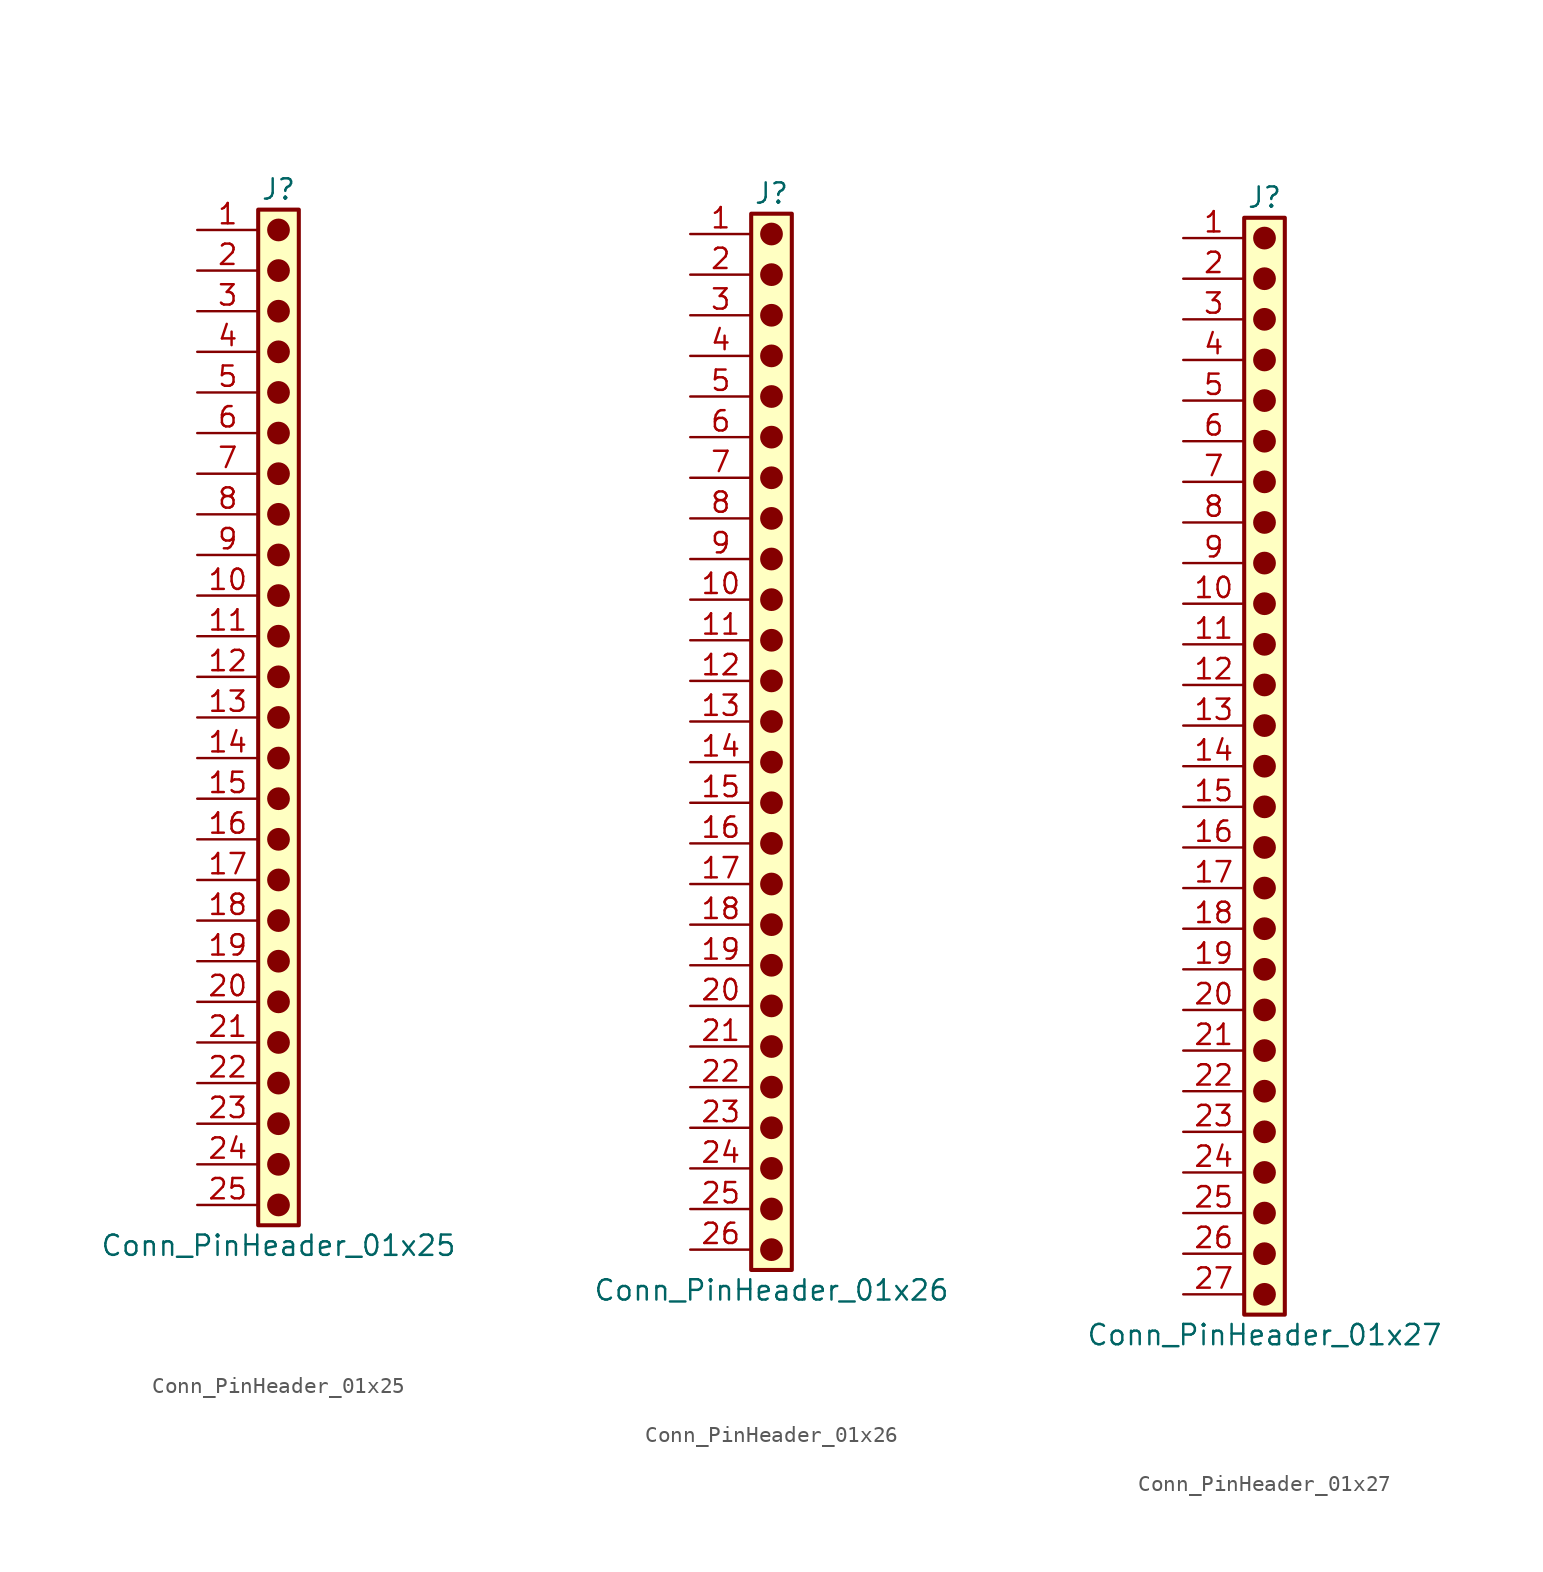
<source format=kicad_sym>
(kicad_symbol_lib
  (version 20241209)
  (generator "kicad_symbol_editor")
  (generator_version "9.0")
  (symbol "Conn_PinHeader_01x25"
    (pin_names
      (offset 1.016)
      (hide yes))
    (property "Reference" "J"
      (at 0 33.02 0)
      (effects (font (size 1.27 1.27))))
    (property "Value" "Conn_PinHeader_01x25"
      (at 0 -33.02 0)
      (effects (font (size 1.27 1.27))))
    (symbol "Conn_PinHeader_01x25_1_1"
      (rectangle (start -1.27 31.75) (end 1.27 -31.75) (stroke (width 0.254) (type default)) (fill (type background)))
      (circle (center 0 30.48) (radius 0.635) (stroke (width 0) (type solid) (color 132 0 0 1)) (fill (type outline)))
      (circle (center 0 27.94) (radius 0.635) (stroke (width 0) (type solid) (color 132 0 0 1)) (fill (type outline)))
      (circle (center 0 25.4) (radius 0.635) (stroke (width 0) (type solid) (color 132 0 0 1)) (fill (type outline)))
      (circle (center 0 22.86) (radius 0.635) (stroke (width 0) (type solid) (color 132 0 0 1)) (fill (type outline)))
      (circle (center 0 20.32) (radius 0.635) (stroke (width 0) (type solid) (color 132 0 0 1)) (fill (type outline)))
      (circle (center 0 17.78) (radius 0.635) (stroke (width 0) (type solid) (color 132 0 0 1)) (fill (type outline)))
      (circle (center 0 15.24) (radius 0.635) (stroke (width 0) (type solid) (color 132 0 0 1)) (fill (type outline)))
      (circle (center 0 12.7) (radius 0.635) (stroke (width 0) (type solid) (color 132 0 0 1)) (fill (type outline)))
      (circle (center 0 10.16) (radius 0.635) (stroke (width 0) (type solid) (color 132 0 0 1)) (fill (type outline)))
      (circle (center 0 7.62) (radius 0.635) (stroke (width 0) (type solid) (color 132 0 0 1)) (fill (type outline)))
      (circle (center 0 5.08) (radius 0.635) (stroke (width 0) (type solid) (color 132 0 0 1)) (fill (type outline)))
      (circle (center 0 2.54) (radius 0.635) (stroke (width 0) (type solid) (color 132 0 0 1)) (fill (type outline)))
      (circle (center 0 0) (radius 0.635) (stroke (width 0) (type solid) (color 132 0 0 1)) (fill (type outline)))
      (circle (center 0 -2.54) (radius 0.635) (stroke (width 0) (type solid) (color 132 0 0 1)) (fill (type outline)))
      (circle (center 0 -5.08) (radius 0.635) (stroke (width 0) (type solid) (color 132 0 0 1)) (fill (type outline)))
      (circle (center 0 -7.62) (radius 0.635) (stroke (width 0) (type solid) (color 132 0 0 1)) (fill (type outline)))
      (circle (center 0 -10.16) (radius 0.635) (stroke (width 0) (type solid) (color 132 0 0 1)) (fill (type outline)))
      (circle (center 0 -12.7) (radius 0.635) (stroke (width 0) (type solid) (color 132 0 0 1)) (fill (type outline)))
      (circle (center 0 -15.24) (radius 0.635) (stroke (width 0) (type solid) (color 132 0 0 1)) (fill (type outline)))
      (circle (center 0 -17.78) (radius 0.635) (stroke (width 0) (type solid) (color 132 0 0 1)) (fill (type outline)))
      (circle (center 0 -20.32) (radius 0.635) (stroke (width 0) (type solid) (color 132 0 0 1)) (fill (type outline)))
      (circle (center 0 -22.86) (radius 0.635) (stroke (width 0) (type solid) (color 132 0 0 1)) (fill (type outline)))
      (circle (center 0 -25.4) (radius 0.635) (stroke (width 0) (type solid) (color 132 0 0 1)) (fill (type outline)))
      (circle (center 0 -27.94) (radius 0.635) (stroke (width 0) (type solid) (color 132 0 0 1)) (fill (type outline)))
      (circle (center 0 -30.48) (radius 0.635) (stroke (width 0) (type solid) (color 132 0 0 1)) (fill (type outline)))
      (pin passive line (at -5.08 30.48 0) (length 3.81) (name "Pin_1" (effects (font (size 1.27 1.27)))) (number "1" (effects (font (size 1.27 1.27)))))
      (pin passive line (at -5.08 27.94 0) (length 3.81) (name "Pin_2" (effects (font (size 1.27 1.27)))) (number "2" (effects (font (size 1.27 1.27)))))
      (pin passive line (at -5.08 25.4 0) (length 3.81) (name "Pin_3" (effects (font (size 1.27 1.27)))) (number "3" (effects (font (size 1.27 1.27)))))
      (pin passive line (at -5.08 22.86 0) (length 3.81) (name "Pin_4" (effects (font (size 1.27 1.27)))) (number "4" (effects (font (size 1.27 1.27)))))
      (pin passive line (at -5.08 20.32 0) (length 3.81) (name "Pin_5" (effects (font (size 1.27 1.27)))) (number "5" (effects (font (size 1.27 1.27)))))
      (pin passive line (at -5.08 17.78 0) (length 3.81) (name "Pin_6" (effects (font (size 1.27 1.27)))) (number "6" (effects (font (size 1.27 1.27)))))
      (pin passive line (at -5.08 15.24 0) (length 3.81) (name "Pin_7" (effects (font (size 1.27 1.27)))) (number "7" (effects (font (size 1.27 1.27)))))
      (pin passive line (at -5.08 12.7 0) (length 3.81) (name "Pin_8" (effects (font (size 1.27 1.27)))) (number "8" (effects (font (size 1.27 1.27)))))
      (pin passive line (at -5.08 10.16 0) (length 3.81) (name "Pin_9" (effects (font (size 1.27 1.27)))) (number "9" (effects (font (size 1.27 1.27)))))
      (pin passive line (at -5.08 7.62 0) (length 3.81) (name "Pin_10" (effects (font (size 1.27 1.27)))) (number "10" (effects (font (size 1.27 1.27)))))
      (pin passive line (at -5.08 5.08 0) (length 3.81) (name "Pin_11" (effects (font (size 1.27 1.27)))) (number "11" (effects (font (size 1.27 1.27)))))
      (pin passive line (at -5.08 2.54 0) (length 3.81) (name "Pin_12" (effects (font (size 1.27 1.27)))) (number "12" (effects (font (size 1.27 1.27)))))
      (pin passive line (at -5.08 0 0) (length 3.81) (name "Pin_13" (effects (font (size 1.27 1.27)))) (number "13" (effects (font (size 1.27 1.27)))))
      (pin passive line (at -5.08 -2.54 0) (length 3.81) (name "Pin_14" (effects (font (size 1.27 1.27)))) (number "14" (effects (font (size 1.27 1.27)))))
      (pin passive line (at -5.08 -5.08 0) (length 3.81) (name "Pin_15" (effects (font (size 1.27 1.27)))) (number "15" (effects (font (size 1.27 1.27)))))
      (pin passive line (at -5.08 -7.62 0) (length 3.81) (name "Pin_16" (effects (font (size 1.27 1.27)))) (number "16" (effects (font (size 1.27 1.27)))))
      (pin passive line (at -5.08 -10.16 0) (length 3.81) (name "Pin_17" (effects (font (size 1.27 1.27)))) (number "17" (effects (font (size 1.27 1.27)))))
      (pin passive line (at -5.08 -12.7 0) (length 3.81) (name "Pin_18" (effects (font (size 1.27 1.27)))) (number "18" (effects (font (size 1.27 1.27)))))
      (pin passive line (at -5.08 -15.24 0) (length 3.81) (name "Pin_19" (effects (font (size 1.27 1.27)))) (number "19" (effects (font (size 1.27 1.27)))))
      (pin passive line (at -5.08 -17.78 0) (length 3.81) (name "Pin_20" (effects (font (size 1.27 1.27)))) (number "20" (effects (font (size 1.27 1.27)))))
      (pin passive line (at -5.08 -20.32 0) (length 3.81) (name "Pin_21" (effects (font (size 1.27 1.27)))) (number "21" (effects (font (size 1.27 1.27)))))
      (pin passive line (at -5.08 -22.86 0) (length 3.81) (name "Pin_22" (effects (font (size 1.27 1.27)))) (number "22" (effects (font (size 1.27 1.27)))))
      (pin passive line (at -5.08 -25.4 0) (length 3.81) (name "Pin_23" (effects (font (size 1.27 1.27)))) (number "23" (effects (font (size 1.27 1.27)))))
      (pin passive line (at -5.08 -27.94 0) (length 3.81) (name "Pin_24" (effects (font (size 1.27 1.27)))) (number "24" (effects (font (size 1.27 1.27)))))
      (pin passive line (at -5.08 -30.48 0) (length 3.81) (name "Pin_25" (effects (font (size 1.27 1.27)))) (number "25" (effects (font (size 1.27 1.27)))))))
  (symbol "Conn_PinHeader_01x26"
    (pin_names
      (offset 1.016)
      (hide yes))
    (property "Reference" "J"
      (at 0 33.02 0)
      (effects (font (size 1.27 1.27))))
    (property "Value" "Conn_PinHeader_01x26"
      (at 0 -35.56 0)
      (effects (font (size 1.27 1.27))))
    (symbol "Conn_PinHeader_01x26_1_1"
      (rectangle (start -1.27 31.75) (end 1.27 -34.29) (stroke (width 0.254) (type default)) (fill (type background)))
      (circle (center 0 30.48) (radius 0.635) (stroke (width 0) (type solid) (color 132 0 0 1)) (fill (type outline)))
      (circle (center 0 27.94) (radius 0.635) (stroke (width 0) (type solid) (color 132 0 0 1)) (fill (type outline)))
      (circle (center 0 25.4) (radius 0.635) (stroke (width 0) (type solid) (color 132 0 0 1)) (fill (type outline)))
      (circle (center 0 22.86) (radius 0.635) (stroke (width 0) (type solid) (color 132 0 0 1)) (fill (type outline)))
      (circle (center 0 20.32) (radius 0.635) (stroke (width 0) (type solid) (color 132 0 0 1)) (fill (type outline)))
      (circle (center 0 17.78) (radius 0.635) (stroke (width 0) (type solid) (color 132 0 0 1)) (fill (type outline)))
      (circle (center 0 15.24) (radius 0.635) (stroke (width 0) (type solid) (color 132 0 0 1)) (fill (type outline)))
      (circle (center 0 12.7) (radius 0.635) (stroke (width 0) (type solid) (color 132 0 0 1)) (fill (type outline)))
      (circle (center 0 10.16) (radius 0.635) (stroke (width 0) (type solid) (color 132 0 0 1)) (fill (type outline)))
      (circle (center 0 7.62) (radius 0.635) (stroke (width 0) (type solid) (color 132 0 0 1)) (fill (type outline)))
      (circle (center 0 5.08) (radius 0.635) (stroke (width 0) (type solid) (color 132 0 0 1)) (fill (type outline)))
      (circle (center 0 2.54) (radius 0.635) (stroke (width 0) (type solid) (color 132 0 0 1)) (fill (type outline)))
      (circle (center 0 0) (radius 0.635) (stroke (width 0) (type solid) (color 132 0 0 1)) (fill (type outline)))
      (circle (center 0 -2.54) (radius 0.635) (stroke (width 0) (type solid) (color 132 0 0 1)) (fill (type outline)))
      (circle (center 0 -5.08) (radius 0.635) (stroke (width 0) (type solid) (color 132 0 0 1)) (fill (type outline)))
      (circle (center 0 -7.62) (radius 0.635) (stroke (width 0) (type solid) (color 132 0 0 1)) (fill (type outline)))
      (circle (center 0 -10.16) (radius 0.635) (stroke (width 0) (type solid) (color 132 0 0 1)) (fill (type outline)))
      (circle (center 0 -12.7) (radius 0.635) (stroke (width 0) (type solid) (color 132 0 0 1)) (fill (type outline)))
      (circle (center 0 -15.24) (radius 0.635) (stroke (width 0) (type solid) (color 132 0 0 1)) (fill (type outline)))
      (circle (center 0 -17.78) (radius 0.635) (stroke (width 0) (type solid) (color 132 0 0 1)) (fill (type outline)))
      (circle (center 0 -20.32) (radius 0.635) (stroke (width 0) (type solid) (color 132 0 0 1)) (fill (type outline)))
      (circle (center 0 -22.86) (radius 0.635) (stroke (width 0) (type solid) (color 132 0 0 1)) (fill (type outline)))
      (circle (center 0 -25.4) (radius 0.635) (stroke (width 0) (type solid) (color 132 0 0 1)) (fill (type outline)))
      (circle (center 0 -27.94) (radius 0.635) (stroke (width 0) (type solid) (color 132 0 0 1)) (fill (type outline)))
      (circle (center 0 -30.48) (radius 0.635) (stroke (width 0) (type solid) (color 132 0 0 1)) (fill (type outline)))
      (circle (center 0 -33.02) (radius 0.635) (stroke (width 0) (type solid) (color 132 0 0 1)) (fill (type outline)))
      (pin passive line (at -5.08 30.48 0) (length 3.81) (name "Pin_1" (effects (font (size 1.27 1.27)))) (number "1" (effects (font (size 1.27 1.27)))))
      (pin passive line (at -5.08 27.94 0) (length 3.81) (name "Pin_2" (effects (font (size 1.27 1.27)))) (number "2" (effects (font (size 1.27 1.27)))))
      (pin passive line (at -5.08 25.4 0) (length 3.81) (name "Pin_3" (effects (font (size 1.27 1.27)))) (number "3" (effects (font (size 1.27 1.27)))))
      (pin passive line (at -5.08 22.86 0) (length 3.81) (name "Pin_4" (effects (font (size 1.27 1.27)))) (number "4" (effects (font (size 1.27 1.27)))))
      (pin passive line (at -5.08 20.32 0) (length 3.81) (name "Pin_5" (effects (font (size 1.27 1.27)))) (number "5" (effects (font (size 1.27 1.27)))))
      (pin passive line (at -5.08 17.78 0) (length 3.81) (name "Pin_6" (effects (font (size 1.27 1.27)))) (number "6" (effects (font (size 1.27 1.27)))))
      (pin passive line (at -5.08 15.24 0) (length 3.81) (name "Pin_7" (effects (font (size 1.27 1.27)))) (number "7" (effects (font (size 1.27 1.27)))))
      (pin passive line (at -5.08 12.7 0) (length 3.81) (name "Pin_8" (effects (font (size 1.27 1.27)))) (number "8" (effects (font (size 1.27 1.27)))))
      (pin passive line (at -5.08 10.16 0) (length 3.81) (name "Pin_9" (effects (font (size 1.27 1.27)))) (number "9" (effects (font (size 1.27 1.27)))))
      (pin passive line (at -5.08 7.62 0) (length 3.81) (name "Pin_10" (effects (font (size 1.27 1.27)))) (number "10" (effects (font (size 1.27 1.27)))))
      (pin passive line (at -5.08 5.08 0) (length 3.81) (name "Pin_11" (effects (font (size 1.27 1.27)))) (number "11" (effects (font (size 1.27 1.27)))))
      (pin passive line (at -5.08 2.54 0) (length 3.81) (name "Pin_12" (effects (font (size 1.27 1.27)))) (number "12" (effects (font (size 1.27 1.27)))))
      (pin passive line (at -5.08 0 0) (length 3.81) (name "Pin_13" (effects (font (size 1.27 1.27)))) (number "13" (effects (font (size 1.27 1.27)))))
      (pin passive line (at -5.08 -2.54 0) (length 3.81) (name "Pin_14" (effects (font (size 1.27 1.27)))) (number "14" (effects (font (size 1.27 1.27)))))
      (pin passive line (at -5.08 -5.08 0) (length 3.81) (name "Pin_15" (effects (font (size 1.27 1.27)))) (number "15" (effects (font (size 1.27 1.27)))))
      (pin passive line (at -5.08 -7.62 0) (length 3.81) (name "Pin_16" (effects (font (size 1.27 1.27)))) (number "16" (effects (font (size 1.27 1.27)))))
      (pin passive line (at -5.08 -10.16 0) (length 3.81) (name "Pin_17" (effects (font (size 1.27 1.27)))) (number "17" (effects (font (size 1.27 1.27)))))
      (pin passive line (at -5.08 -12.7 0) (length 3.81) (name "Pin_18" (effects (font (size 1.27 1.27)))) (number "18" (effects (font (size 1.27 1.27)))))
      (pin passive line (at -5.08 -15.24 0) (length 3.81) (name "Pin_19" (effects (font (size 1.27 1.27)))) (number "19" (effects (font (size 1.27 1.27)))))
      (pin passive line (at -5.08 -17.78 0) (length 3.81) (name "Pin_20" (effects (font (size 1.27 1.27)))) (number "20" (effects (font (size 1.27 1.27)))))
      (pin passive line (at -5.08 -20.32 0) (length 3.81) (name "Pin_21" (effects (font (size 1.27 1.27)))) (number "21" (effects (font (size 1.27 1.27)))))
      (pin passive line (at -5.08 -22.86 0) (length 3.81) (name "Pin_22" (effects (font (size 1.27 1.27)))) (number "22" (effects (font (size 1.27 1.27)))))
      (pin passive line (at -5.08 -25.4 0) (length 3.81) (name "Pin_23" (effects (font (size 1.27 1.27)))) (number "23" (effects (font (size 1.27 1.27)))))
      (pin passive line (at -5.08 -27.94 0) (length 3.81) (name "Pin_24" (effects (font (size 1.27 1.27)))) (number "24" (effects (font (size 1.27 1.27)))))
      (pin passive line (at -5.08 -30.48 0) (length 3.81) (name "Pin_25" (effects (font (size 1.27 1.27)))) (number "25" (effects (font (size 1.27 1.27)))))
      (pin passive line (at -5.08 -33.02 0) (length 3.81) (name "Pin_26" (effects (font (size 1.27 1.27)))) (number "26" (effects (font (size 1.27 1.27)))))))
  (symbol "Conn_PinHeader_01x27"
    (pin_names
      (offset 1.016)
      (hide yes))
    (property "Reference" "J"
      (at 0 35.56 0)
      (effects (font (size 1.27 1.27))))
    (property "Value" "Conn_PinHeader_01x27"
      (at 0 -35.56 0)
      (effects (font (size 1.27 1.27))))
    (symbol "Conn_PinHeader_01x27_1_1"
      (rectangle (start -1.27 34.29) (end 1.27 -34.29) (stroke (width 0.254) (type default)) (fill (type background)))
      (circle (center 0 33.02) (radius 0.635) (stroke (width 0) (type solid) (color 132 0 0 1)) (fill (type outline)))
      (circle (center 0 30.48) (radius 0.635) (stroke (width 0) (type solid) (color 132 0 0 1)) (fill (type outline)))
      (circle (center 0 27.94) (radius 0.635) (stroke (width 0) (type solid) (color 132 0 0 1)) (fill (type outline)))
      (circle (center 0 25.4) (radius 0.635) (stroke (width 0) (type solid) (color 132 0 0 1)) (fill (type outline)))
      (circle (center 0 22.86) (radius 0.635) (stroke (width 0) (type solid) (color 132 0 0 1)) (fill (type outline)))
      (circle (center 0 20.32) (radius 0.635) (stroke (width 0) (type solid) (color 132 0 0 1)) (fill (type outline)))
      (circle (center 0 17.78) (radius 0.635) (stroke (width 0) (type solid) (color 132 0 0 1)) (fill (type outline)))
      (circle (center 0 15.24) (radius 0.635) (stroke (width 0) (type solid) (color 132 0 0 1)) (fill (type outline)))
      (circle (center 0 12.7) (radius 0.635) (stroke (width 0) (type solid) (color 132 0 0 1)) (fill (type outline)))
      (circle (center 0 10.16) (radius 0.635) (stroke (width 0) (type solid) (color 132 0 0 1)) (fill (type outline)))
      (circle (center 0 7.62) (radius 0.635) (stroke (width 0) (type solid) (color 132 0 0 1)) (fill (type outline)))
      (circle (center 0 5.08) (radius 0.635) (stroke (width 0) (type solid) (color 132 0 0 1)) (fill (type outline)))
      (circle (center 0 2.54) (radius 0.635) (stroke (width 0) (type solid) (color 132 0 0 1)) (fill (type outline)))
      (circle (center 0 0) (radius 0.635) (stroke (width 0) (type solid) (color 132 0 0 1)) (fill (type outline)))
      (circle (center 0 -2.54) (radius 0.635) (stroke (width 0) (type solid) (color 132 0 0 1)) (fill (type outline)))
      (circle (center 0 -5.08) (radius 0.635) (stroke (width 0) (type solid) (color 132 0 0 1)) (fill (type outline)))
      (circle (center 0 -7.62) (radius 0.635) (stroke (width 0) (type solid) (color 132 0 0 1)) (fill (type outline)))
      (circle (center 0 -10.16) (radius 0.635) (stroke (width 0) (type solid) (color 132 0 0 1)) (fill (type outline)))
      (circle (center 0 -12.7) (radius 0.635) (stroke (width 0) (type solid) (color 132 0 0 1)) (fill (type outline)))
      (circle (center 0 -15.24) (radius 0.635) (stroke (width 0) (type solid) (color 132 0 0 1)) (fill (type outline)))
      (circle (center 0 -17.78) (radius 0.635) (stroke (width 0) (type solid) (color 132 0 0 1)) (fill (type outline)))
      (circle (center 0 -20.32) (radius 0.635) (stroke (width 0) (type solid) (color 132 0 0 1)) (fill (type outline)))
      (circle (center 0 -22.86) (radius 0.635) (stroke (width 0) (type solid) (color 132 0 0 1)) (fill (type outline)))
      (circle (center 0 -25.4) (radius 0.635) (stroke (width 0) (type solid) (color 132 0 0 1)) (fill (type outline)))
      (circle (center 0 -27.94) (radius 0.635) (stroke (width 0) (type solid) (color 132 0 0 1)) (fill (type outline)))
      (circle (center 0 -30.48) (radius 0.635) (stroke (width 0) (type solid) (color 132 0 0 1)) (fill (type outline)))
      (circle (center 0 -33.02) (radius 0.635) (stroke (width 0) (type solid) (color 132 0 0 1)) (fill (type outline)))
      (pin passive line (at -5.08 33.02 0) (length 3.81) (name "Pin_1" (effects (font (size 1.27 1.27)))) (number "1" (effects (font (size 1.27 1.27)))))
      (pin passive line (at -5.08 30.48 0) (length 3.81) (name "Pin_2" (effects (font (size 1.27 1.27)))) (number "2" (effects (font (size 1.27 1.27)))))
      (pin passive line (at -5.08 27.94 0) (length 3.81) (name "Pin_3" (effects (font (size 1.27 1.27)))) (number "3" (effects (font (size 1.27 1.27)))))
      (pin passive line (at -5.08 25.4 0) (length 3.81) (name "Pin_4" (effects (font (size 1.27 1.27)))) (number "4" (effects (font (size 1.27 1.27)))))
      (pin passive line (at -5.08 22.86 0) (length 3.81) (name "Pin_5" (effects (font (size 1.27 1.27)))) (number "5" (effects (font (size 1.27 1.27)))))
      (pin passive line (at -5.08 20.32 0) (length 3.81) (name "Pin_6" (effects (font (size 1.27 1.27)))) (number "6" (effects (font (size 1.27 1.27)))))
      (pin passive line (at -5.08 17.78 0) (length 3.81) (name "Pin_7" (effects (font (size 1.27 1.27)))) (number "7" (effects (font (size 1.27 1.27)))))
      (pin passive line (at -5.08 15.24 0) (length 3.81) (name "Pin_8" (effects (font (size 1.27 1.27)))) (number "8" (effects (font (size 1.27 1.27)))))
      (pin passive line (at -5.08 12.7 0) (length 3.81) (name "Pin_9" (effects (font (size 1.27 1.27)))) (number "9" (effects (font (size 1.27 1.27)))))
      (pin passive line (at -5.08 10.16 0) (length 3.81) (name "Pin_10" (effects (font (size 1.27 1.27)))) (number "10" (effects (font (size 1.27 1.27)))))
      (pin passive line (at -5.08 7.62 0) (length 3.81) (name "Pin_11" (effects (font (size 1.27 1.27)))) (number "11" (effects (font (size 1.27 1.27)))))
      (pin passive line (at -5.08 5.08 0) (length 3.81) (name "Pin_12" (effects (font (size 1.27 1.27)))) (number "12" (effects (font (size 1.27 1.27)))))
      (pin passive line (at -5.08 2.54 0) (length 3.81) (name "Pin_13" (effects (font (size 1.27 1.27)))) (number "13" (effects (font (size 1.27 1.27)))))
      (pin passive line (at -5.08 0 0) (length 3.81) (name "Pin_14" (effects (font (size 1.27 1.27)))) (number "14" (effects (font (size 1.27 1.27)))))
      (pin passive line (at -5.08 -2.54 0) (length 3.81) (name "Pin_15" (effects (font (size 1.27 1.27)))) (number "15" (effects (font (size 1.27 1.27)))))
      (pin passive line (at -5.08 -5.08 0) (length 3.81) (name "Pin_16" (effects (font (size 1.27 1.27)))) (number "16" (effects (font (size 1.27 1.27)))))
      (pin passive line (at -5.08 -7.62 0) (length 3.81) (name "Pin_17" (effects (font (size 1.27 1.27)))) (number "17" (effects (font (size 1.27 1.27)))))
      (pin passive line (at -5.08 -10.16 0) (length 3.81) (name "Pin_18" (effects (font (size 1.27 1.27)))) (number "18" (effects (font (size 1.27 1.27)))))
      (pin passive line (at -5.08 -12.7 0) (length 3.81) (name "Pin_19" (effects (font (size 1.27 1.27)))) (number "19" (effects (font (size 1.27 1.27)))))
      (pin passive line (at -5.08 -15.24 0) (length 3.81) (name "Pin_20" (effects (font (size 1.27 1.27)))) (number "20" (effects (font (size 1.27 1.27)))))
      (pin passive line (at -5.08 -17.78 0) (length 3.81) (name "Pin_21" (effects (font (size 1.27 1.27)))) (number "21" (effects (font (size 1.27 1.27)))))
      (pin passive line (at -5.08 -20.32 0) (length 3.81) (name "Pin_22" (effects (font (size 1.27 1.27)))) (number "22" (effects (font (size 1.27 1.27)))))
      (pin passive line (at -5.08 -22.86 0) (length 3.81) (name "Pin_23" (effects (font (size 1.27 1.27)))) (number "23" (effects (font (size 1.27 1.27)))))
      (pin passive line (at -5.08 -25.4 0) (length 3.81) (name "Pin_24" (effects (font (size 1.27 1.27)))) (number "24" (effects (font (size 1.27 1.27)))))
      (pin passive line (at -5.08 -27.94 0) (length 3.81) (name "Pin_25" (effects (font (size 1.27 1.27)))) (number "25" (effects (font (size 1.27 1.27)))))
      (pin passive line (at -5.08 -30.48 0) (length 3.81) (name "Pin_26" (effects (font (size 1.27 1.27)))) (number "26" (effects (font (size 1.27 1.27)))))
      (pin passive line (at -5.08 -33.02 0) (length 3.81) (name "Pin_27" (effects (font (size 1.27 1.27)))) (number "27" (effects (font (size 1.27 1.27))))))))
</source>
